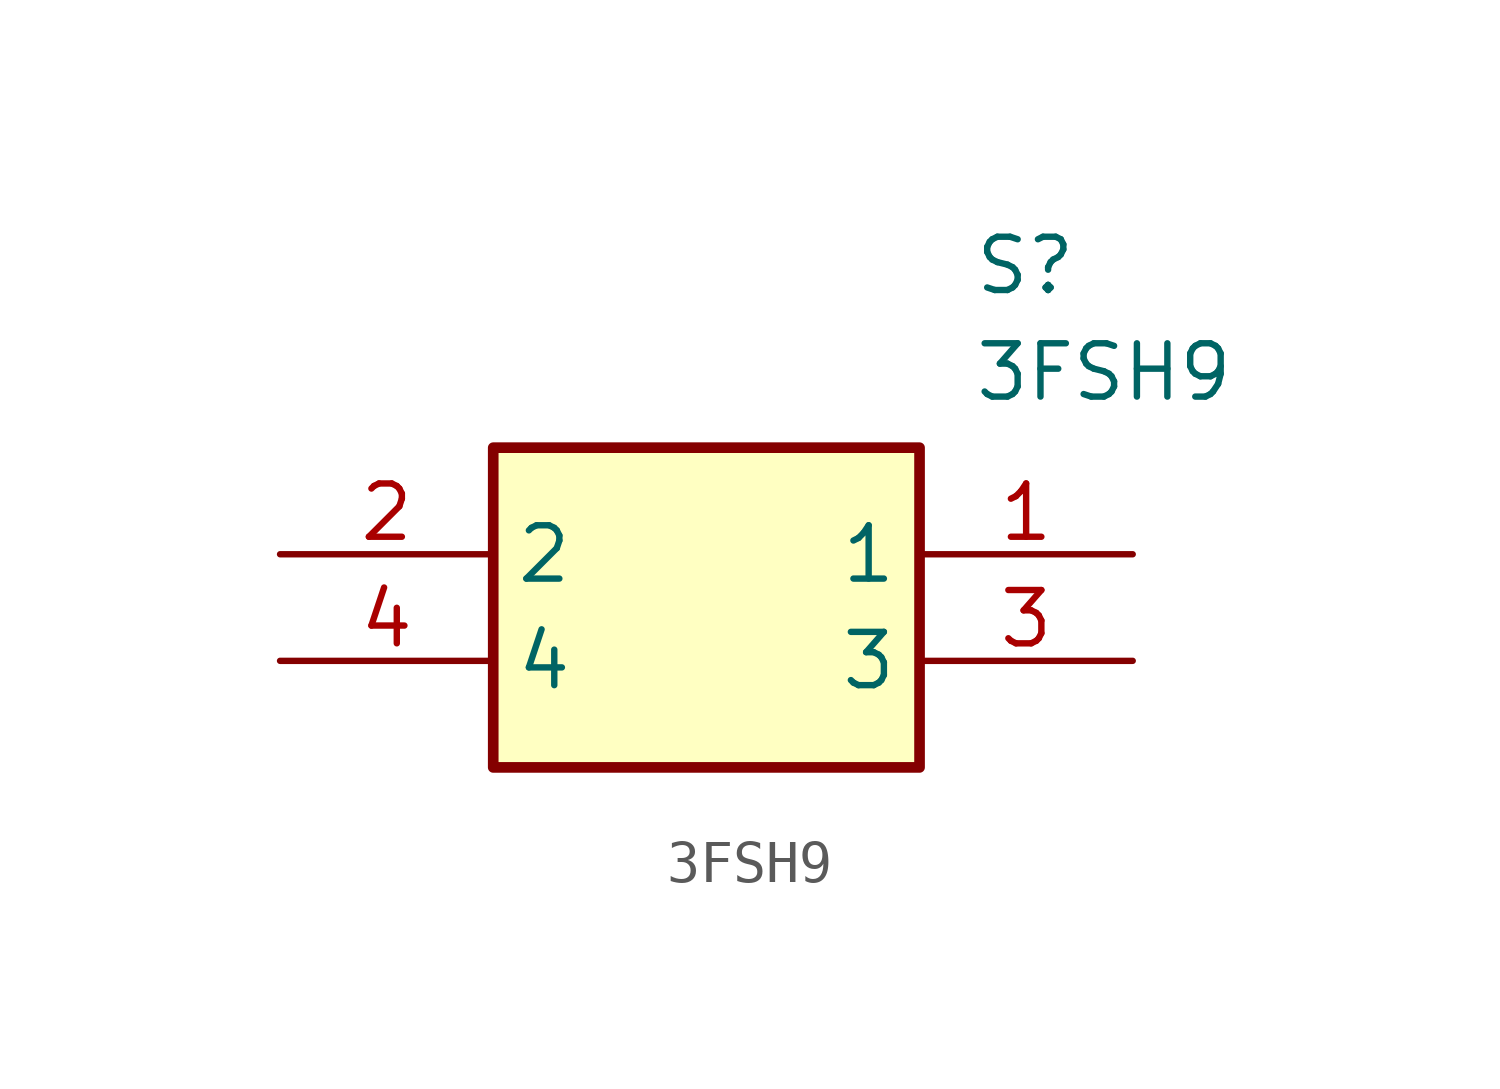
<source format=kicad_sym>
(kicad_symbol_lib
  (version 20220914)
  (generator kicad_symbol_editor)
  (symbol "3FSH9"
    (property "Reference" "S"
      (at 16.51 7.62 0)
      (effects (font (size 1.27 1.27)) (justify left top)))
    (property "Value" "3FSH9"
      (at 16.51 5.08 0)
      (effects (font (size 1.27 1.27)) (justify left top)))
    (symbol "3FSH9_1_1"
      (rectangle (start 5.08 2.54) (end 15.24 -5.08) (stroke (width 0.254) (type default)) (fill (type background)))
      (pin passive line (at 20.32 0 180) (length 5.08) (name "1" (effects (font (size 1.27 1.27)))) (number "1" (effects (font (size 1.27 1.27)))))
      (pin passive line (at 0 0 0) (length 5.08) (name "2" (effects (font (size 1.27 1.27)))) (number "2" (effects (font (size 1.27 1.27)))))
      (pin passive line (at 20.32 -2.54 180) (length 5.08) (name "3" (effects (font (size 1.27 1.27)))) (number "3" (effects (font (size 1.27 1.27)))))
      (pin passive line (at 0 -2.54 0) (length 5.08) (name "4" (effects (font (size 1.27 1.27)))) (number "4" (effects (font (size 1.27 1.27))))))))
</source>
